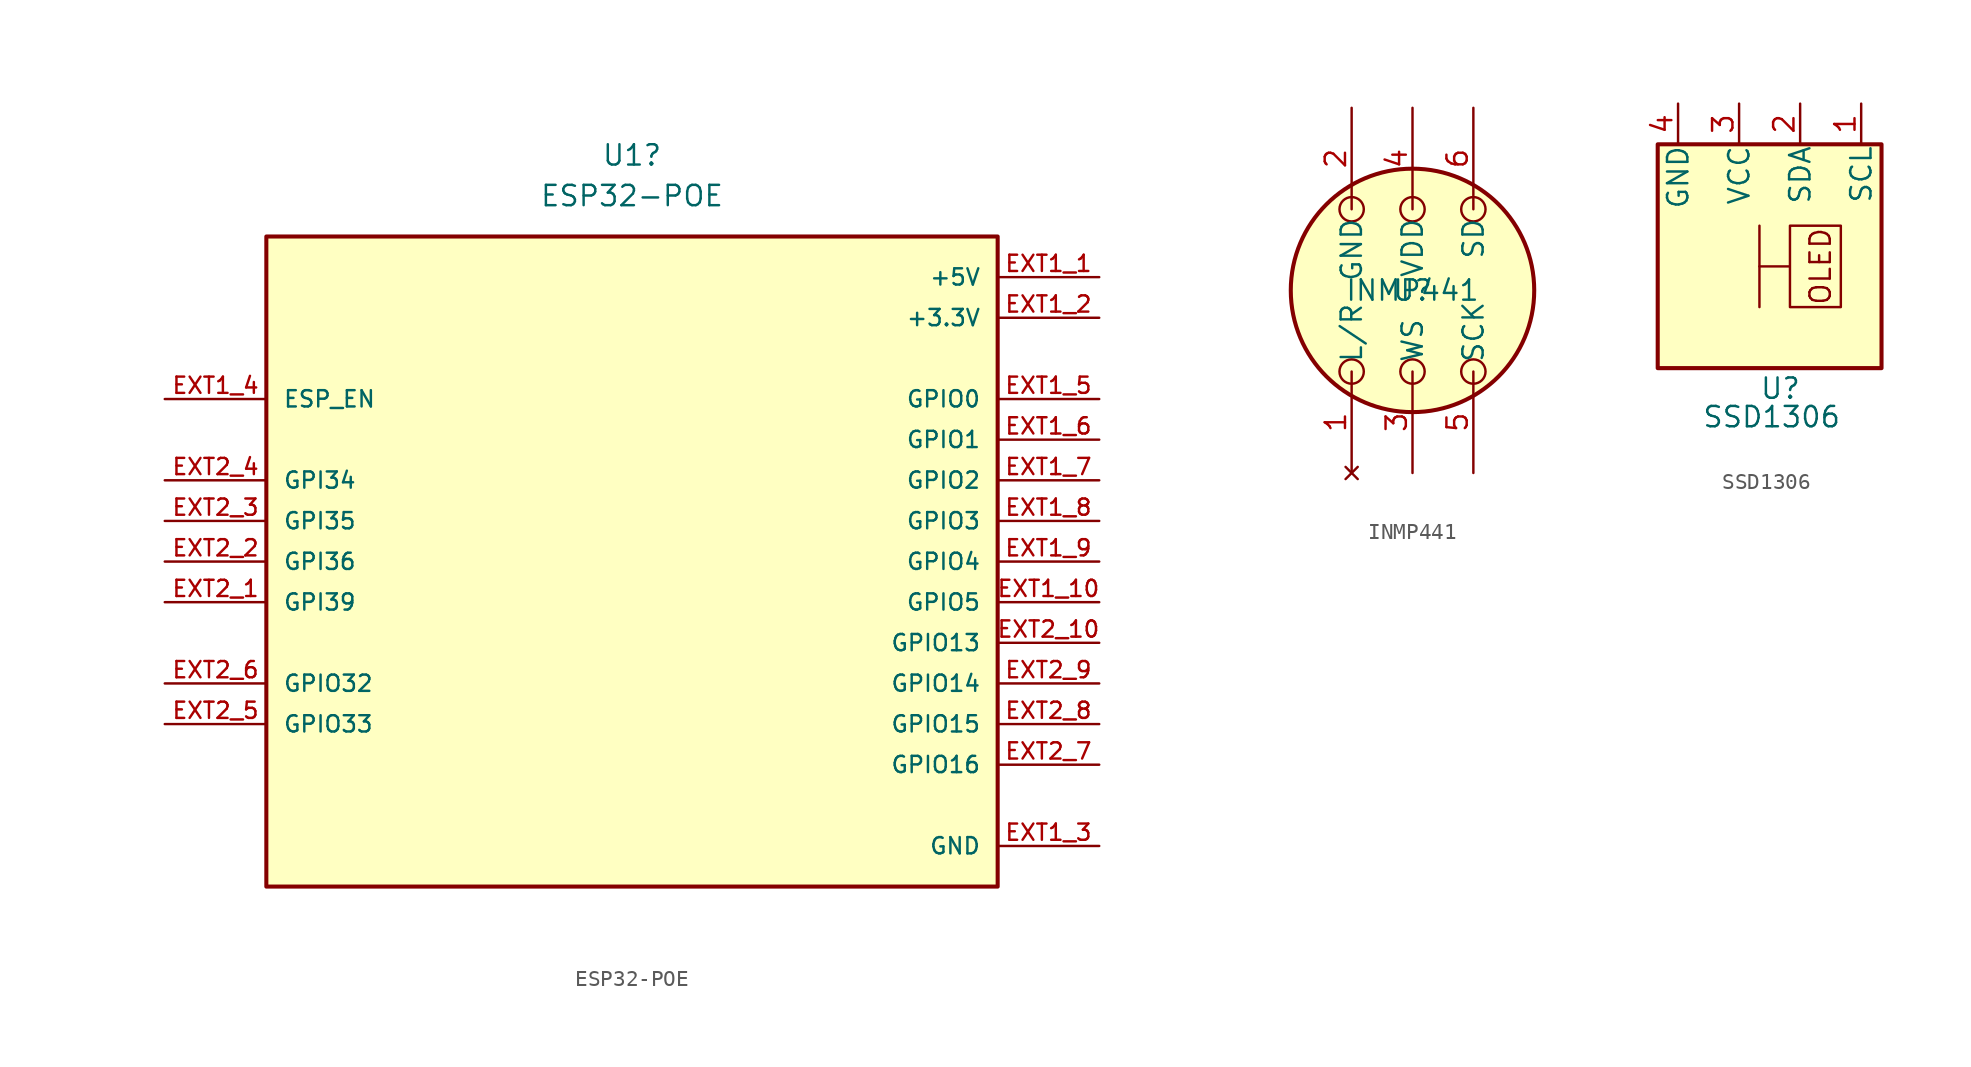
<source format=kicad_sym>
(kicad_symbol_lib
  (version 20241209)
  (generator "kicad_symbol_editor")
  (generator_version "9.0")
  (symbol "ESP32-POE"
    (pin_names
      (offset 1.016))
    (property "Reference" "U1"
      (at 0 25.4 0)
      (effects (font (size 1.27 1.27))))
    (property "Value" "ESP32-POE"
      (at 0 22.86 0)
      (effects (font (size 1.27 1.27))))
    (symbol "ESP32-POE_0_0"
      (rectangle (start -22.86 20.32) (end 22.86 -20.32) (stroke (width 0.254) (type default)) (fill (type background)))
      (pin input line (at -29.21 10.16 0) (length 6.35) (name "ESP_EN" (effects (font (size 1.016 1.016)))) (number "EXT1_4" (effects (font (size 1.016 1.016)))))
      (pin input line (at -29.21 2.54 0) (length 6.35) (name "GPI35" (effects (font (size 1.016 1.016)))) (number "EXT2_3" (effects (font (size 1.016 1.016)))))
      (pin input line (at -29.21 -2.54 0) (length 6.35) (name "GPI39" (effects (font (size 1.016 1.016)))) (number "EXT2_1" (effects (font (size 1.016 1.016)))))
      (pin bidirectional line (at -29.21 -7.62 0) (length 6.35) (name "GPIO32" (effects (font (size 1.016 1.016)))) (number "EXT2_6" (effects (font (size 1.016 1.016)))))
      (pin bidirectional line (at -29.21 -10.16 0) (length 6.35) (name "GPIO33" (effects (font (size 1.016 1.016)))) (number "EXT2_5" (effects (font (size 1.016 1.016)))))
      (pin power_in line (at 29.21 17.78 180) (length 6.35) (name "+5V" (effects (font (size 1.016 1.016)))) (number "EXT1_1" (effects (font (size 1.016 1.016)))))
      (pin power_in line (at 29.21 15.24 180) (length 6.35) (name "+3.3V" (effects (font (size 1.016 1.016)))) (number "EXT1_2" (effects (font (size 1.016 1.016)))))
      (pin power_in line (at 29.21 -17.78 180) (length 6.35) (name "GND" (effects (font (size 1.016 1.016)))) (number "EXT1_3" (effects (font (size 1.016 1.016))))))
    (symbol "ESP32-POE_1_0"
      (pin input line (at -29.21 5.08 0) (length 6.35) (name "GPI34" (effects (font (size 1.016 1.016)))) (number "EXT2_4" (effects (font (size 1.016 1.016)))))
      (pin input line (at -29.21 0 0) (length 6.35) (name "GPI36" (effects (font (size 1.016 1.016)))) (number "EXT2_2" (effects (font (size 1.016 1.016)))))
      (pin bidirectional line (at 29.21 10.16 180) (length 6.35) (name "GPIO0" (effects (font (size 1.016 1.016)))) (number "EXT1_5" (effects (font (size 1.016 1.016)))))
      (pin bidirectional line (at 29.21 7.62 180) (length 6.35) (name "GPIO1" (effects (font (size 1.016 1.016)))) (number "EXT1_6" (effects (font (size 1.016 1.016)))))
      (pin bidirectional line (at 29.21 5.08 180) (length 6.35) (name "GPIO2" (effects (font (size 1.016 1.016)))) (number "EXT1_7" (effects (font (size 1.016 1.016)))))
      (pin bidirectional line (at 29.21 2.54 180) (length 6.35) (name "GPIO3" (effects (font (size 1.016 1.016)))) (number "EXT1_8" (effects (font (size 1.016 1.016)))))
      (pin bidirectional line (at 29.21 0 180) (length 6.35) (name "GPIO4" (effects (font (size 1.016 1.016)))) (number "EXT1_9" (effects (font (size 1.016 1.016)))))
      (pin bidirectional line (at 29.21 -2.54 180) (length 6.35) (name "GPIO5" (effects (font (size 1.016 1.016)))) (number "EXT1_10" (effects (font (size 1.016 1.016)))))
      (pin bidirectional line (at 29.21 -5.08 180) (length 6.35) (name "GPIO13" (effects (font (size 1.016 1.016)))) (number "EXT2_10" (effects (font (size 1.016 1.016)))))
      (pin bidirectional line (at 29.21 -7.62 180) (length 6.35) (name "GPIO14" (effects (font (size 1.016 1.016)))) (number "EXT2_9" (effects (font (size 1.016 1.016)))))
      (pin bidirectional line (at 29.21 -10.16 180) (length 6.35) (name "GPIO15" (effects (font (size 1.016 1.016)))) (number "EXT2_8" (effects (font (size 1.016 1.016)))))
      (pin bidirectional line (at 29.21 -12.7 180) (length 6.35) (name "GPIO16" (effects (font (size 1.016 1.016)))) (number "EXT2_7" (effects (font (size 1.016 1.016)))))))
  (symbol "INMP441"
    (property "Reference" "U"
      (at 0 0 0)
      (effects (font (size 1.27 1.27))))
    (property "Value" "INMP441"
      (at 0 0 0)
      (effects (font (size 1.27 1.27))))
    (symbol "INMP441_0_1"
      (circle (center -3.81 5.08) (radius 0.762) (stroke (width 0) (type default)) (fill (type none)))
      (circle (center -3.81 -5.08) (radius 0.762) (stroke (width 0) (type default)) (fill (type none)))
      (circle (center 0 5.08) (radius 0.762) (stroke (width 0) (type default)) (fill (type none)))
      (circle (center 0 0) (radius 7.62) (stroke (width 0.254) (type default)) (fill (type background)))
      (circle (center 0 -5.08) (radius 0.762) (stroke (width 0) (type default)) (fill (type none)))
      (circle (center 3.81 5.08) (radius 0.762) (stroke (width 0) (type default)) (fill (type none)))
      (circle (center 3.81 -5.08) (radius 0.762) (stroke (width 0) (type default)) (fill (type none))))
    (symbol "INMP441_1_1"
      (pin power_in line (at -3.81 11.43 270) (length 6.35) (name "GND" (effects (font (size 1.27 1.27)))) (number "2" (effects (font (size 1.27 1.27)))))
      (pin no_connect line (at -3.81 -11.43 90) (length 6.35) (name "L/R" (effects (font (size 1.27 1.27)))) (number "1" (effects (font (size 1.27 1.27)))))
      (pin power_in line (at 0 11.43 270) (length 6.35) (name "VDD" (effects (font (size 1.27 1.27)))) (number "4" (effects (font (size 1.27 1.27)))))
      (pin input line (at 0 -11.43 90) (length 6.35) (name "WS" (effects (font (size 1.27 1.27)))) (number "3" (effects (font (size 1.27 1.27)))))
      (pin input line (at 3.81 11.43 270) (length 6.35) (name "SD" (effects (font (size 1.27 1.27)))) (number "6" (effects (font (size 1.27 1.27)))))
      (pin input line (at 3.81 -11.43 90) (length 6.35) (name "SCK" (effects (font (size 1.27 1.27)))) (number "5" (effects (font (size 1.27 1.27)))))))
  (symbol "SSD1306"
    (pin_names
      (offset 0.025))
    (property "Reference" "U"
      (at -1.27 -7.62 0)
      (do_not_autoplace)
      (effects (font (size 1.27 1.27)) (justify left)))
    (property "Value" "SSD1306"
      (at -0.508 -9.398 0)
      (effects (font (size 1.27 1.27))))
    (symbol "SSD1306_0_0"
      (rectangle (start -7.62 7.62) (end 6.35 -6.35) (stroke (width 0.254) (type default)) (fill (type background))))
    (symbol "SSD1306_0_1"
      (polyline (pts (xy -1.27 0) (xy 0.635 0) (xy 0.635 2.54) (xy 3.81 2.54) (xy 3.81 -2.54) (xy 0.635 -2.54) (xy 0.635 0)) (stroke (width 0) (type default)) (fill (type none)))
      (polyline (pts (xy -1.27 -2.54) (xy -1.27 2.54)) (stroke (width 0) (type default)) (fill (type none))))
    (symbol "SSD1306_1_1"
      (text "OLED" (at 2.54 0 900) (effects (font (size 1.27 1.27))))
      (pin power_in line (at -6.35 10.16 270) (length 2.54) (name "GND" (effects (font (size 1.27 1.27)))) (number "4" (effects (font (size 1.27 1.27)))))
      (pin power_in line (at -2.54 10.16 270) (length 2.54) (name "VCC" (effects (font (size 1.27 1.27)))) (number "3" (effects (font (size 1.27 1.27)))))
      (pin input line (at 1.27 10.16 270) (length 2.54) (name "SDA" (effects (font (size 1.27 1.27)))) (number "2" (effects (font (size 1.27 1.27)))))
      (pin input line (at 5.08 10.16 270) (length 2.54) (name "SCL" (effects (font (size 1.27 1.27)))) (number "1" (effects (font (size 1.27 1.27))))))))
</source>
